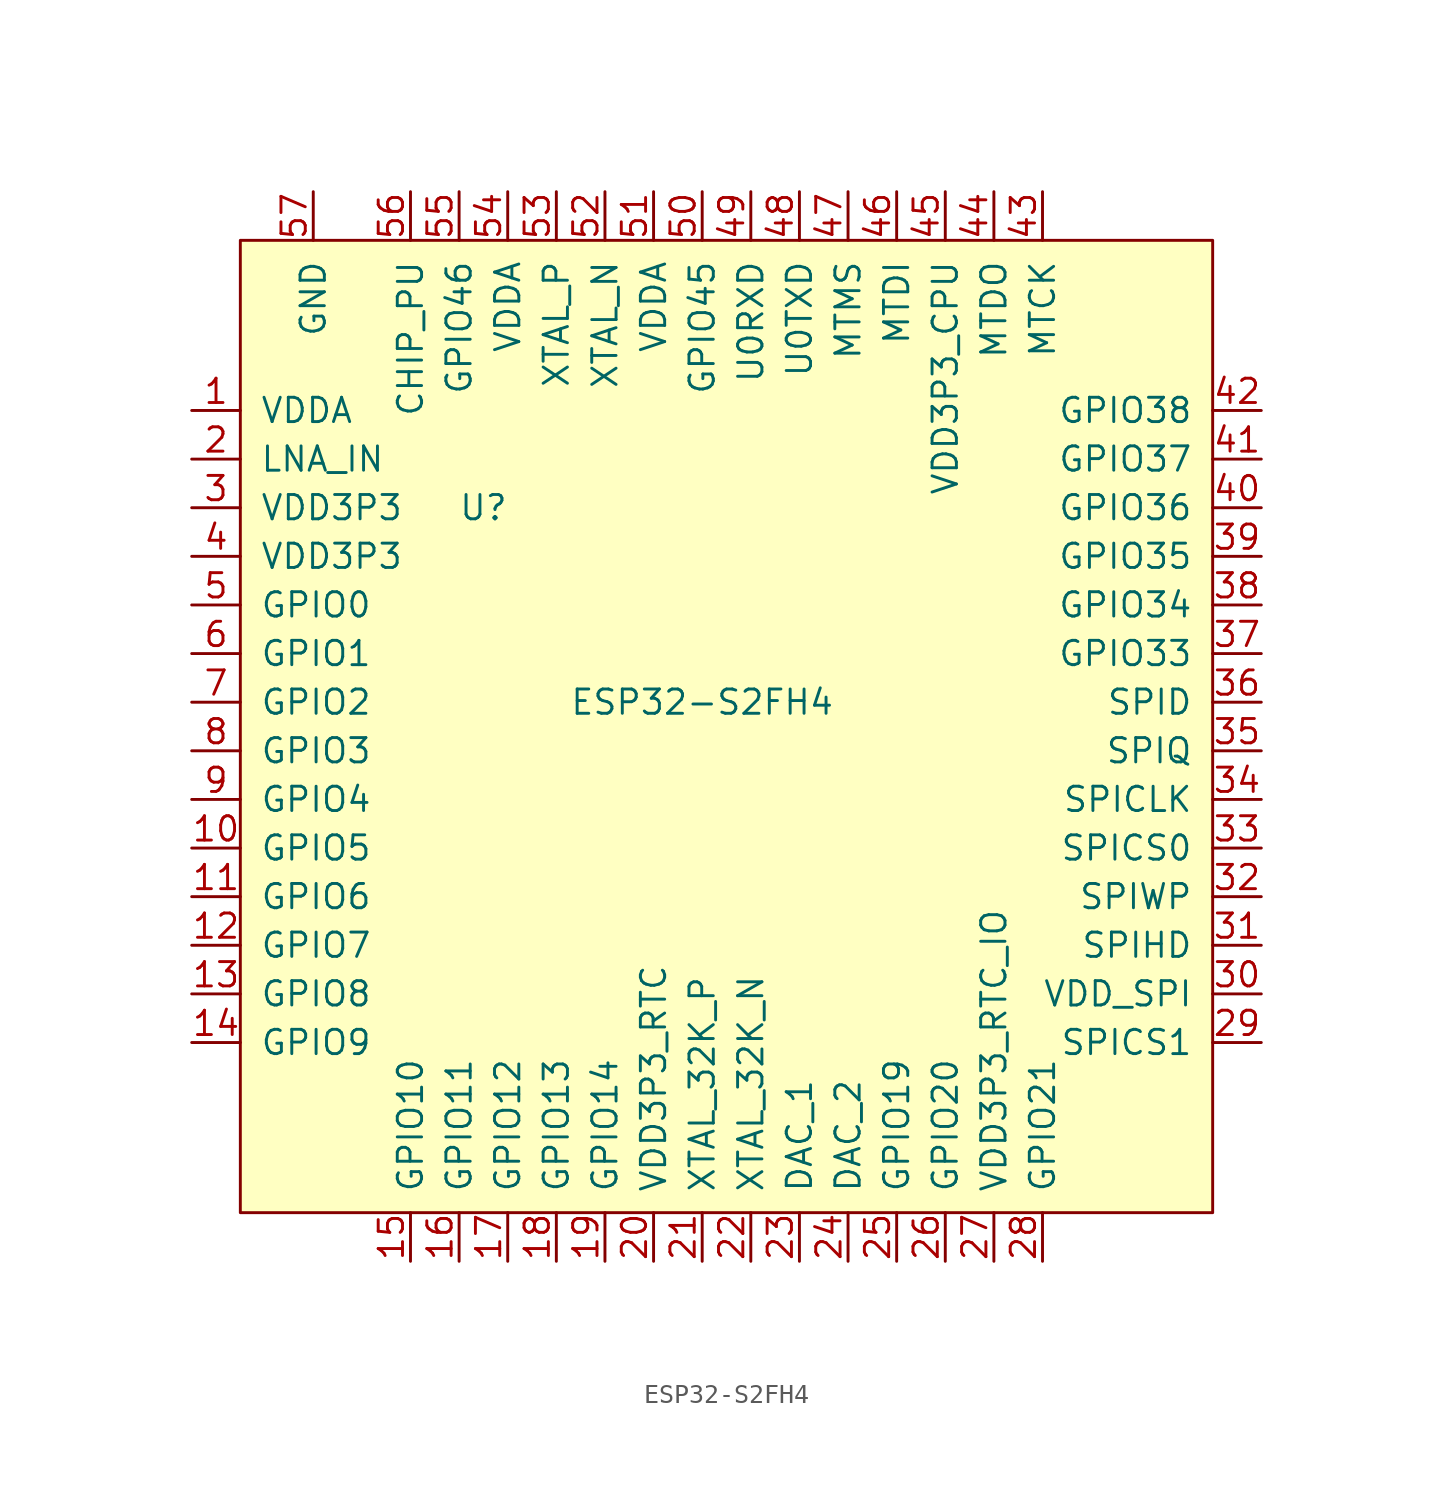
<source format=kicad_sym>
(kicad_symbol_lib
  (version 20211014)
  (generator kicad_symbol_editor)
  (symbol "ESP32-S2FH4"
    (pin_names
      (offset 1.016))
    (property "Reference" "U"
      (at -12.7 11.43 0)
      (effects (font (size 1.27 1.27))))
    (property "Value" "ESP32-S2FH4"
      (at -1.27 1.27 0)
      (effects (font (size 1.27 1.27))))
    (symbol "ESP32-S2FH4_0_1"
      (rectangle (start -25.4 25.4) (end 25.4 -25.4) (stroke (width 0) (type default) (color 0 0 0 0)) (fill (type background))))
    (symbol "ESP32-S2FH4_1_1"
      (pin power_in line (at -27.94 16.51 0) (length 2.54) (name "VDDA" (effects (font (size 1.27 1.27)))) (number "1" (effects (font (size 1.27 1.27)))))
      (pin bidirectional line (at -27.94 -6.35 0) (length 2.54) (name "GPIO5" (effects (font (size 1.27 1.27)))) (number "10" (effects (font (size 1.27 1.27)))))
      (pin bidirectional line (at -27.94 -8.89 0) (length 2.54) (name "GPIO6" (effects (font (size 1.27 1.27)))) (number "11" (effects (font (size 1.27 1.27)))))
      (pin bidirectional line (at -27.94 -11.43 0) (length 2.54) (name "GPIO7" (effects (font (size 1.27 1.27)))) (number "12" (effects (font (size 1.27 1.27)))))
      (pin bidirectional line (at -27.94 -13.97 0) (length 2.54) (name "GPIO8" (effects (font (size 1.27 1.27)))) (number "13" (effects (font (size 1.27 1.27)))))
      (pin bidirectional line (at -27.94 -16.51 0) (length 2.54) (name "GPIO9" (effects (font (size 1.27 1.27)))) (number "14" (effects (font (size 1.27 1.27)))))
      (pin bidirectional line (at -16.51 -27.94 90) (length 2.54) (name "GPIO10" (effects (font (size 1.27 1.27)))) (number "15" (effects (font (size 1.27 1.27)))))
      (pin bidirectional line (at -13.97 -27.94 90) (length 2.54) (name "GPIO11" (effects (font (size 1.27 1.27)))) (number "16" (effects (font (size 1.27 1.27)))))
      (pin bidirectional line (at -11.43 -27.94 90) (length 2.54) (name "GPIO12" (effects (font (size 1.27 1.27)))) (number "17" (effects (font (size 1.27 1.27)))))
      (pin bidirectional line (at -8.89 -27.94 90) (length 2.54) (name "GPIO13" (effects (font (size 1.27 1.27)))) (number "18" (effects (font (size 1.27 1.27)))))
      (pin bidirectional line (at -6.35 -27.94 90) (length 2.54) (name "GPIO14" (effects (font (size 1.27 1.27)))) (number "19" (effects (font (size 1.27 1.27)))))
      (pin bidirectional line (at -27.94 13.97 0) (length 2.54) (name "LNA_IN" (effects (font (size 1.27 1.27)))) (number "2" (effects (font (size 1.27 1.27)))))
      (pin power_in line (at -3.81 -27.94 90) (length 2.54) (name "VDD3P3_RTC" (effects (font (size 1.27 1.27)))) (number "20" (effects (font (size 1.27 1.27)))))
      (pin bidirectional line (at -1.27 -27.94 90) (length 2.54) (name "XTAL_32K_P" (effects (font (size 1.27 1.27)))) (number "21" (effects (font (size 1.27 1.27)))))
      (pin bidirectional line (at 1.27 -27.94 90) (length 2.54) (name "XTAL_32K_N" (effects (font (size 1.27 1.27)))) (number "22" (effects (font (size 1.27 1.27)))))
      (pin bidirectional line (at 3.81 -27.94 90) (length 2.54) (name "DAC_1" (effects (font (size 1.27 1.27)))) (number "23" (effects (font (size 1.27 1.27)))))
      (pin bidirectional line (at 6.35 -27.94 90) (length 2.54) (name "DAC_2" (effects (font (size 1.27 1.27)))) (number "24" (effects (font (size 1.27 1.27)))))
      (pin bidirectional line (at 8.89 -27.94 90) (length 2.54) (name "GPIO19" (effects (font (size 1.27 1.27)))) (number "25" (effects (font (size 1.27 1.27)))))
      (pin bidirectional line (at 11.43 -27.94 90) (length 2.54) (name "GPIO20" (effects (font (size 1.27 1.27)))) (number "26" (effects (font (size 1.27 1.27)))))
      (pin power_in line (at 13.97 -27.94 90) (length 2.54) (name "VDD3P3_RTC_IO" (effects (font (size 1.27 1.27)))) (number "27" (effects (font (size 1.27 1.27)))))
      (pin bidirectional line (at 16.51 -27.94 90) (length 2.54) (name "GPIO21" (effects (font (size 1.27 1.27)))) (number "28" (effects (font (size 1.27 1.27)))))
      (pin bidirectional line (at 27.94 -16.51 180) (length 2.54) (name "SPICS1" (effects (font (size 1.27 1.27)))) (number "29" (effects (font (size 1.27 1.27)))))
      (pin power_in line (at -27.94 11.43 0) (length 2.54) (name "VDD3P3" (effects (font (size 1.27 1.27)))) (number "3" (effects (font (size 1.27 1.27)))))
      (pin power_out line (at 27.94 -13.97 180) (length 2.54) (name "VDD_SPI" (effects (font (size 1.27 1.27)))) (number "30" (effects (font (size 1.27 1.27)))))
      (pin bidirectional line (at 27.94 -11.43 180) (length 2.54) (name "SPIHD" (effects (font (size 1.27 1.27)))) (number "31" (effects (font (size 1.27 1.27)))))
      (pin bidirectional line (at 27.94 -8.89 180) (length 2.54) (name "SPIWP" (effects (font (size 1.27 1.27)))) (number "32" (effects (font (size 1.27 1.27)))))
      (pin bidirectional line (at 27.94 -6.35 180) (length 2.54) (name "SPICS0" (effects (font (size 1.27 1.27)))) (number "33" (effects (font (size 1.27 1.27)))))
      (pin bidirectional line (at 27.94 -3.81 180) (length 2.54) (name "SPICLK" (effects (font (size 1.27 1.27)))) (number "34" (effects (font (size 1.27 1.27)))))
      (pin bidirectional line (at 27.94 -1.27 180) (length 2.54) (name "SPIQ" (effects (font (size 1.27 1.27)))) (number "35" (effects (font (size 1.27 1.27)))))
      (pin bidirectional line (at 27.94 1.27 180) (length 2.54) (name "SPID" (effects (font (size 1.27 1.27)))) (number "36" (effects (font (size 1.27 1.27)))))
      (pin bidirectional line (at 27.94 3.81 180) (length 2.54) (name "GPIO33" (effects (font (size 1.27 1.27)))) (number "37" (effects (font (size 1.27 1.27)))))
      (pin bidirectional line (at 27.94 6.35 180) (length 2.54) (name "GPIO34" (effects (font (size 1.27 1.27)))) (number "38" (effects (font (size 1.27 1.27)))))
      (pin bidirectional line (at 27.94 8.89 180) (length 2.54) (name "GPIO35" (effects (font (size 1.27 1.27)))) (number "39" (effects (font (size 1.27 1.27)))))
      (pin power_in line (at -27.94 8.89 0) (length 2.54) (name "VDD3P3" (effects (font (size 1.27 1.27)))) (number "4" (effects (font (size 1.27 1.27)))))
      (pin bidirectional line (at 27.94 11.43 180) (length 2.54) (name "GPIO36" (effects (font (size 1.27 1.27)))) (number "40" (effects (font (size 1.27 1.27)))))
      (pin bidirectional line (at 27.94 13.97 180) (length 2.54) (name "GPIO37" (effects (font (size 1.27 1.27)))) (number "41" (effects (font (size 1.27 1.27)))))
      (pin bidirectional line (at 27.94 16.51 180) (length 2.54) (name "GPIO38" (effects (font (size 1.27 1.27)))) (number "42" (effects (font (size 1.27 1.27)))))
      (pin bidirectional line (at 16.51 27.94 270) (length 2.54) (name "MTCK" (effects (font (size 1.27 1.27)))) (number "43" (effects (font (size 1.27 1.27)))))
      (pin bidirectional line (at 13.97 27.94 270) (length 2.54) (name "MTDO" (effects (font (size 1.27 1.27)))) (number "44" (effects (font (size 1.27 1.27)))))
      (pin power_in line (at 11.43 27.94 270) (length 2.54) (name "VDD3P3_CPU" (effects (font (size 1.27 1.27)))) (number "45" (effects (font (size 1.27 1.27)))))
      (pin bidirectional line (at 8.89 27.94 270) (length 2.54) (name "MTDI" (effects (font (size 1.27 1.27)))) (number "46" (effects (font (size 1.27 1.27)))))
      (pin bidirectional line (at 6.35 27.94 270) (length 2.54) (name "MTMS" (effects (font (size 1.27 1.27)))) (number "47" (effects (font (size 1.27 1.27)))))
      (pin bidirectional line (at 3.81 27.94 270) (length 2.54) (name "U0TXD" (effects (font (size 1.27 1.27)))) (number "48" (effects (font (size 1.27 1.27)))))
      (pin bidirectional line (at 1.27 27.94 270) (length 2.54) (name "U0RXD" (effects (font (size 1.27 1.27)))) (number "49" (effects (font (size 1.27 1.27)))))
      (pin bidirectional line (at -27.94 6.35 0) (length 2.54) (name "GPIO0" (effects (font (size 1.27 1.27)))) (number "5" (effects (font (size 1.27 1.27)))))
      (pin bidirectional line (at -1.27 27.94 270) (length 2.54) (name "GPIO45" (effects (font (size 1.27 1.27)))) (number "50" (effects (font (size 1.27 1.27)))))
      (pin power_in line (at -3.81 27.94 270) (length 2.54) (name "VDDA" (effects (font (size 1.27 1.27)))) (number "51" (effects (font (size 1.27 1.27)))))
      (pin bidirectional line (at -6.35 27.94 270) (length 2.54) (name "XTAL_N" (effects (font (size 1.27 1.27)))) (number "52" (effects (font (size 1.27 1.27)))))
      (pin bidirectional line (at -8.89 27.94 270) (length 2.54) (name "XTAL_P" (effects (font (size 1.27 1.27)))) (number "53" (effects (font (size 1.27 1.27)))))
      (pin power_in line (at -11.43 27.94 270) (length 2.54) (name "VDDA" (effects (font (size 1.27 1.27)))) (number "54" (effects (font (size 1.27 1.27)))))
      (pin bidirectional line (at -13.97 27.94 270) (length 2.54) (name "GPIO46" (effects (font (size 1.27 1.27)))) (number "55" (effects (font (size 1.27 1.27)))))
      (pin input line (at -16.51 27.94 270) (length 2.54) (name "CHIP_PU" (effects (font (size 1.27 1.27)))) (number "56" (effects (font (size 1.27 1.27)))))
      (pin power_in line (at -21.59 27.94 270) (length 2.54) (name "GND" (effects (font (size 1.27 1.27)))) (number "57" (effects (font (size 1.27 1.27)))))
      (pin bidirectional line (at -27.94 3.81 0) (length 2.54) (name "GPIO1" (effects (font (size 1.27 1.27)))) (number "6" (effects (font (size 1.27 1.27)))))
      (pin bidirectional line (at -27.94 1.27 0) (length 2.54) (name "GPIO2" (effects (font (size 1.27 1.27)))) (number "7" (effects (font (size 1.27 1.27)))))
      (pin bidirectional line (at -27.94 -1.27 0) (length 2.54) (name "GPIO3" (effects (font (size 1.27 1.27)))) (number "8" (effects (font (size 1.27 1.27)))))
      (pin bidirectional line (at -27.94 -3.81 0) (length 2.54) (name "GPIO4" (effects (font (size 1.27 1.27)))) (number "9" (effects (font (size 1.27 1.27))))))))
</source>
